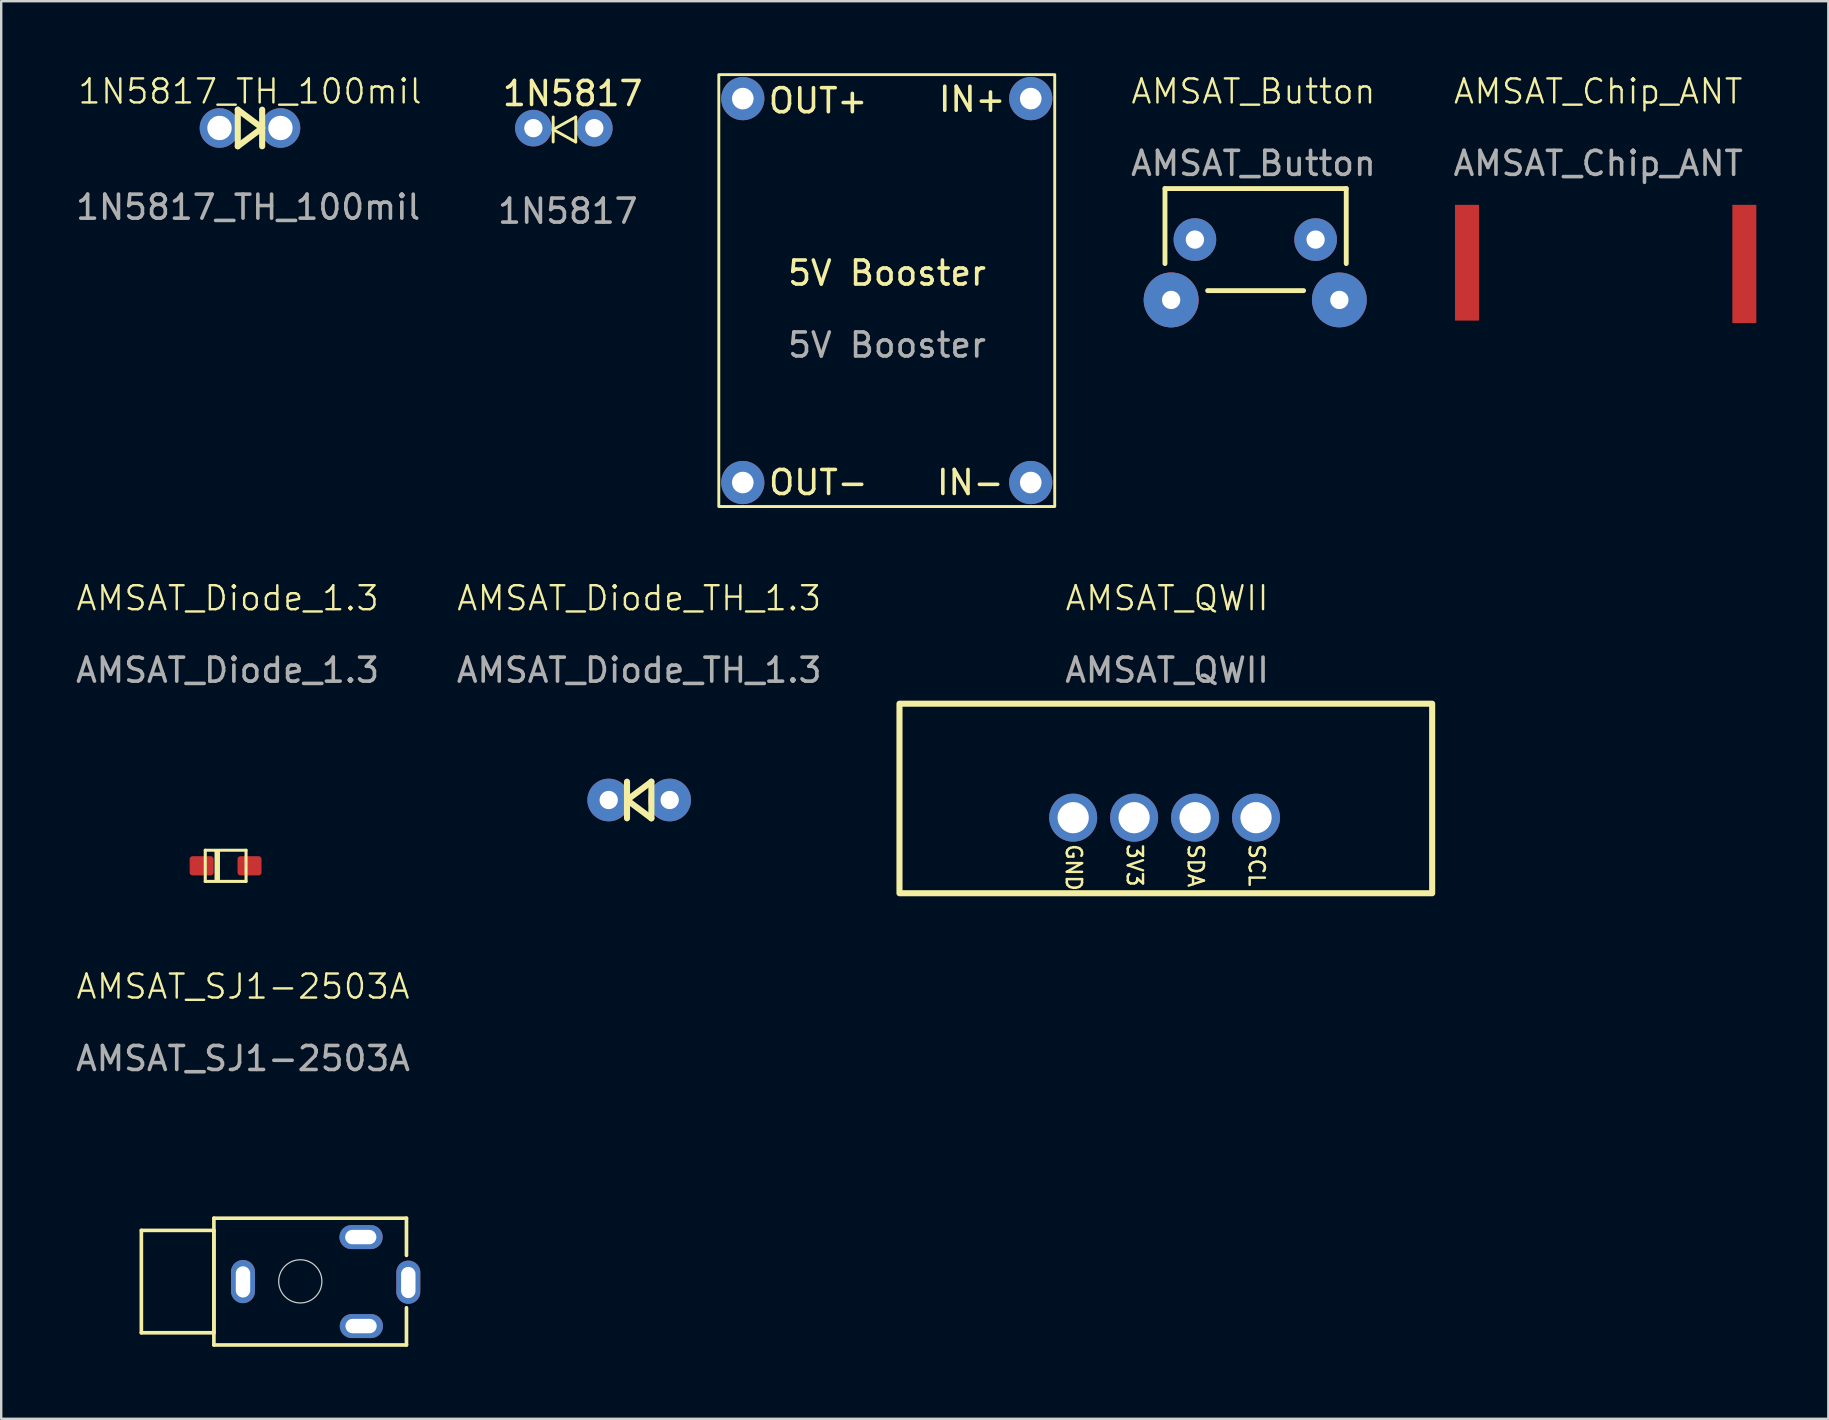
<source format=kicad_pcb>
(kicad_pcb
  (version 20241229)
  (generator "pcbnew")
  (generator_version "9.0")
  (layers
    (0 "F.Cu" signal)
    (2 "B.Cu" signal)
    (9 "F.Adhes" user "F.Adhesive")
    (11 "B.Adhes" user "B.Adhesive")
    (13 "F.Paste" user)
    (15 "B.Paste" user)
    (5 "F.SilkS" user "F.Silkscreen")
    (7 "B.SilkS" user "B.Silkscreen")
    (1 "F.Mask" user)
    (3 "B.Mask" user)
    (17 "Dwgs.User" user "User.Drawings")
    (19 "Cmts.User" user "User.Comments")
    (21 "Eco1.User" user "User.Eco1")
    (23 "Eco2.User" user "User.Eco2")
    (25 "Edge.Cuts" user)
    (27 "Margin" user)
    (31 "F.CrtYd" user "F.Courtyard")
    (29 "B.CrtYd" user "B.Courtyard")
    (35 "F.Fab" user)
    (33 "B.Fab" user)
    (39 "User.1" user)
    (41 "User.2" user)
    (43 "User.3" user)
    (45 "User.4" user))
  (footprint "AMSAT_Button"
    (layer "F.Cu")
    (at 49.264 9.45)
    (property "Reference" "AMSAT_Button" (at -0.076 -8.69 0) (unlocked yes) (layer "F.SilkS") (effects (font (size 1 1) (thickness 0.1))))
    (attr through_hole)
    (fp_circle (center -3.505 0) (end -2.362 0) (stroke (width 0) (type solid)) (fill yes) (layer "F.Cu"))
    (fp_circle (center -3.485 -0.014) (end -2.385 -0.014) (stroke (width 0) (type solid)) (fill yes) (layer "B.Cu"))
    (fp_line (start -3.762 -4.642) (end 3.792 -4.642) (stroke (width 0.203) (type solid)) (layer "F.SilkS"))
    (fp_line (start -3.762 -1.515) (end -3.762 -4.642) (stroke (width 0.203) (type solid)) (layer "F.SilkS"))
    (fp_line (start 2.015 -0.388) (end -1.985 -0.388) (stroke (width 0.203) (type solid)) (layer "F.SilkS"))
    (fp_line (start 3.792 -4.642) (end 3.792 -1.515) (stroke (width 0.203) (type solid)) (layer "F.SilkS"))
    (fp_text user "${REFERENCE}" (at -0.076 -5.69 0) (unlocked yes) (layer "F.Fab") (effects (font (size 1 1) (thickness 0.15))))
    (pad "1" thru_hole circle (at 2.515 -2.515) (size 1.778 1.778) (drill 0.762) (layers "*.Cu" "*.Mask"))
    (pad "2" thru_hole circle (at -2.515 -2.515) (size 1.778 1.778) (drill 0.762) (layers "*.Cu" "*.Mask"))
    (pad "3" thru_hole circle (at -3.505 0) (size 2.286 2.286) (drill 0.762) (layers "*.Cu" "*.Mask"))
    (pad "4" thru_hole circle (at 3.505 0) (size 2.286 2.286) (drill 0.762) (layers "*.Cu" "*.Mask")))
  (footprint "AMSAT_SJ1-2503A"
    (layer "F.Cu")
    (at 7.077 50.412)
    (property "Reference" "AMSAT_SJ1-2503A" (at 0 -12.347 0) (unlocked yes) (layer "F.SilkS") (effects (font (size 1 1) (thickness 0.1))))
    (attr through_hole)
    (fp_line (start -4.236 -2.184) (end -1.213 -2.184) (stroke (width 0.152) (type solid)) (layer "F.SilkS"))
    (fp_line (start -4.236 2.083) (end -4.236 -2.184) (stroke (width 0.152) (type solid)) (layer "F.SilkS"))
    (fp_line (start -1.213 -2.692) (end -1.213 2.591) (stroke (width 0.152) (type solid)) (layer "F.SilkS"))
    (fp_line (start -1.213 -2.184) (end -1.213 2.083) (stroke (width 0.152) (type solid)) (layer "F.SilkS"))
    (fp_line (start -1.213 2.083) (end -4.236 2.083) (stroke (width 0.152) (type solid)) (layer "F.SilkS"))
    (fp_line (start -1.213 2.591) (end 6.813 2.591) (stroke (width 0.152) (type solid)) (layer "F.SilkS"))
    (fp_line (start 6.813 -2.692) (end -1.213 -2.692) (stroke (width 0.152) (type solid)) (layer "F.SilkS"))
    (fp_line (start 6.813 -2.692) (end 6.813 -1.143) (stroke (width 0.152) (type solid)) (layer "F.SilkS"))
    (fp_line (start 6.813 2.591) (end 6.813 1.041) (stroke (width 0.152) (type solid)) (layer "F.SilkS"))
    (fp_circle (center 2.388 -0.06) (end 3.288 -0.06) (stroke (width 0.05) (type default)) (fill no) (layer "Edge.Cuts"))
    (fp_text user "${REFERENCE}" (at 0 -9.347 0) (unlocked yes) (layer "F.Fab") (effects (font (size 1 1) (thickness 0.15))))
    (pad "1" thru_hole oval (at 0 -0.038 180) (size 1 1.8) (drill oval 0.6 1.3 (offset 0 0.013)) (layers "*.Cu" "*.Mask"))
    (pad "2" thru_hole oval (at 4.921 1.803 90) (size 1 1.8) (drill oval 0.6 1.3 (offset 0 0.013)) (layers "*.Cu" "*.Mask"))
    (pad "3" thru_hole oval (at 4.908 -1.905 90) (size 1 1.8) (drill oval 0.6 1.3 (offset 0 0.013)) (layers "*.Cu" "*.Mask"))
    (pad "4" thru_hole oval (at 6.889 -0.013 180) (size 1 1.8) (drill oval 0.6 1.3 (offset 0 0.013)) (layers "*.Cu" "*.Mask")))
  (footprint "AMSAT_Chip_ANT"
    (layer "F.Cu")
    (at 63.582 7.748)
    (property "Reference" "AMSAT_Chip_ANT" (at -0.025 -6.988 0) (unlocked yes) (layer "F.SilkS") (effects (font (size 1 1) (thickness 0.1))))
    (attr smd)
    (fp_text user "${REFERENCE}" (at -0.025 -3.988 0) (unlocked yes) (layer "F.Fab") (effects (font (size 1 1) (thickness 0.15))))
    (pad "1" smd rect (at -5.494 0.151) (size 1 4.824) (layers "F.Cu" "F.Mask" "F.Paste"))
    (pad "2" smd rect (at 6.065 0.203) (size 1 4.927) (layers "F.Cu" "F.Mask" "F.Paste")))
  (footprint "1N5817"
    (layer "F.Cu")
    (at 20.614 2.347)
    (property "Reference" "1N5817" (at 0.203 -1.499 0) (unlocked yes) (layer "F.SilkS") (effects (font (size 1 1) (thickness 0.15))))
    (attr through_hole)
    (fp_line (start -0.61 0) (end 0.33 -0.521) (stroke (width 0.12) (type solid)) (layer "F.SilkS"))
    (fp_line (start -0.61 0) (end 0.33 0.521) (stroke (width 0.12) (type solid)) (layer "F.SilkS"))
    (fp_line (start -0.61 0.521) (end -0.61 -0.521) (stroke (width 0.12) (type solid)) (layer "F.SilkS"))
    (fp_line (start 0.33 0.521) (end 0.33 -0.521) (stroke (width 0.12) (type solid)) (layer "F.SilkS"))
    (fp_text user "${REFERENCE}" (at 0 3.404 0) (unlocked yes) (layer "F.Fab") (effects (font (size 1 1) (thickness 0.15))))
    (pad "1" thru_hole circle (at -1.435 -0.057) (size 1.524 1.524) (drill 0.762) (layers "*.Cu" "*.Mask"))
    (pad "2" thru_hole circle (at 1.105 -0.057) (size 1.524 1.524) (drill 0.762) (layers "*.Cu" "*.Mask")))
  (footprint "1N5817_TH_100mil"
    (layer "F.Cu")
    (at 7.292 2.284)
    (property "Reference" "1N5817_TH_100mil" (at 0.076 -1.524 0) (unlocked yes) (layer "F.SilkS") (effects (font (size 1 1) (thickness 0.1))))
    (attr smd)
    (fp_line (start -0.432 -0.762) (end -0.432 0.762) (stroke (width 0.254) (type solid)) (layer "F.SilkS"))
    (fp_line (start -0.432 0.762) (end 0.584 0) (stroke (width 0.254) (type solid)) (layer "F.SilkS"))
    (fp_line (start 0.584 0) (end -0.432 -0.762) (stroke (width 0.254) (type solid)) (layer "F.SilkS"))
    (fp_line (start 0.584 0) (end 0.584 -0.762) (stroke (width 0.254) (type solid)) (layer "F.SilkS"))
    (fp_line (start 0.584 0.762) (end 0.584 0) (stroke (width 0.254) (type solid)) (layer "F.SilkS"))
    (fp_text user "${REFERENCE}" (at 0 3.302 0) (unlocked yes) (layer "F.Fab") (effects (font (size 1 1) (thickness 0.15))))
    (pad "1" thru_hole circle (at 1.346 0 90) (size 1.651 1.651) (drill 1.016) (layers "*.Cu" "*.Mask"))
    (pad "2" thru_hole circle (at -1.194 0 90) (size 1.651 1.651) (drill 1.016) (layers "*.Cu" "*.Mask")))
  (footprint "5V Booster"
    (layer "F.Cu")
    (at 33.917 8.83)
    (property "Reference" "5V Booster" (at 0 -0.5 0) (unlocked yes) (layer "F.SilkS") (effects (font (size 1 1) (thickness 0.15))))
    (attr through_hole)
    (fp_rect (start -7.01 9.23) (end 6.99 -8.77) (stroke (width 0.12) (type solid)) (fill no) (layer "F.SilkS"))
    (fp_text user "OUT-" (at -5.01 8.23 0) (unlocked yes) (layer "F.SilkS") (effects (font (size 1 1) (thickness 0.15)) (justify left)))
    (fp_text user "OUT+" (at -5.02 -7.68 0) (unlocked yes) (layer "F.SilkS") (effects (font (size 1 1) (thickness 0.15)) (justify left)))
    (fp_text user "IN-" (at 1.99 8.23 0) (unlocked yes) (layer "F.SilkS") (effects (font (size 1 1) (thickness 0.15)) (justify left)))
    (fp_text user "IN+" (at 2.07 -7.74 0) (unlocked yes) (layer "F.SilkS") (effects (font (size 1 1) (thickness 0.15)) (justify left)))
    (fp_text user "${REFERENCE}" (at 0 2.5 0) (unlocked yes) (layer "F.Fab") (effects (font (size 1 1) (thickness 0.15))))
    (pad "1" thru_hole circle (at 5.99 -7.77) (size 1.8 1.8) (drill 0.9) (layers "*.Cu" "*.Mask"))
    (pad "2" thru_hole circle (at 5.99 8.23) (size 1.8 1.8) (drill 0.9) (layers "*.Cu" "*.Mask"))
    (pad "3" thru_hole circle (at -6.01 -7.77) (size 1.8 1.8) (drill 0.9) (layers "*.Cu" "*.Mask"))
    (pad "4" thru_hole circle (at -6.01 8.23) (size 1.8 1.8) (drill 0.9) (layers "*.Cu" "*.Mask")))
  (footprint "AMSAT_QWII"
    (layer "F.Cu")
    (at 45.486 31.027)
    (property "Reference" "AMSAT_QWII" (at 0.102 -9.147 0) (unlocked yes) (layer "F.SilkS") (effects (font (size 1 1) (thickness 0.1))))
    (attr through_hole)
    (fp_rect (start -11.049 -4.75) (end 11.151 3.15) (stroke (width 0.254) (type default)) (fill no) (layer "F.SilkS"))
    (fp_text user "SDA" (at 0.922 1.041 270) (unlocked yes) (layer "F.SilkS") (effects (font (size 0.635 0.635) (thickness 0.102) (bold yes)) (justify left bottom)))
    (fp_text user "3V3" (at -1.618 1.041 270) (unlocked yes) (layer "F.SilkS") (effects (font (size 0.635 0.635) (thickness 0.102) (bold yes)) (justify left bottom)))
    (fp_text user "GND" (at -4.158 1.041 270) (unlocked yes) (layer "F.SilkS") (effects (font (size 0.635 0.635) (thickness 0.102) (bold yes)) (justify left bottom)))
    (fp_text user "SCL" (at 3.462 1.041 270) (unlocked yes) (layer "F.SilkS") (effects (font (size 0.635 0.635) (thickness 0.102) (bold yes)) (justify left bottom)))
    (fp_text user "${REFERENCE}" (at 0.102 -6.147 0) (unlocked yes) (layer "F.Fab") (effects (font (size 1 1) (thickness 0.15))))
    (pad "1" thru_hole circle (at -3.81 0) (size 2 2) (drill 1.3) (layers "*.Cu" "*.Mask"))
    (pad "2" thru_hole circle (at -1.27 0) (size 2 2) (drill 1.3) (layers "*.Cu" "*.Mask"))
    (pad "3" thru_hole circle (at 1.27 0) (size 2 2) (drill 1.3) (layers "*.Cu" "*.Mask"))
    (pad "4" thru_hole circle (at 3.81 0) (size 2 2) (drill 1.3) (layers "*.Cu" "*.Mask")))
  (footprint "AMSAT_Diode_1.3"
    (layer "F.Cu")
    (at 6.435 33.034)
    (property "Reference" "AMSAT_Diode_1.3" (at 0 -11.153 0) (unlocked yes) (layer "F.SilkS") (effects (font (size 1 1) (thickness 0.1))))
    (attr smd)
    (fp_line (start -0.931 -0.65) (end 0.769 -0.65) (stroke (width 0.127) (type solid)) (layer "F.SilkS"))
    (fp_line (start -0.931 0.65) (end -0.931 -0.65) (stroke (width 0.127) (type solid)) (layer "F.SilkS"))
    (fp_line (start -0.481 -0.6) (end -0.381 -0.6) (stroke (width 0.127) (type solid)) (layer "F.SilkS"))
    (fp_line (start -0.481 0.6) (end -0.481 -0.6) (stroke (width 0.127) (type solid)) (layer "F.SilkS"))
    (fp_line (start -0.381 -0.6) (end -0.381 0.6) (stroke (width 0.127) (type solid)) (layer "F.SilkS"))
    (fp_line (start 0.769 -0.65) (end 0.769 0.65) (stroke (width 0.127) (type solid)) (layer "F.SilkS"))
    (fp_line (start 0.769 0.65) (end -0.931 0.65) (stroke (width 0.127) (type solid)) (layer "F.SilkS"))
    (fp_text user "${REFERENCE}" (at 0 -8.153 0) (unlocked yes) (layer "F.Fab") (effects (font (size 1 1) (thickness 0.15))))
    (pad "1" smd roundrect (at -1.081 -0.000124) (size 1 0.8) (layers "F.Cu" "F.Mask" "F.Paste") (roundrect_rratio 0.15))
    (pad "2" smd roundrect (at 0.914 0) (size 1 0.8) (layers "F.Cu" "F.Mask" "F.Paste") (roundrect_rratio 0.15)))
  (footprint "AMSAT_Diode_TH_1.3"
    (layer "F.Cu")
    (at 23.64 30.291)
    (property "Reference" "AMSAT_Diode_TH_1.3" (at -0.051 -8.41 0) (unlocked yes) (layer "F.SilkS") (effects (font (size 1 1) (thickness 0.1))))
    (attr through_hole)
    (fp_line (start -0.559 0) (end -0.559 -0.762) (stroke (width 0.254) (type solid)) (layer "F.SilkS"))
    (fp_line (start -0.559 0) (end -0.559 0.762) (stroke (width 0.254) (type solid)) (layer "F.SilkS"))
    (fp_line (start -0.559 0) (end 0.457 0.762) (stroke (width 0.254) (type solid)) (layer "F.SilkS"))
    (fp_line (start 0.457 -0.762) (end -0.559 0) (stroke (width 0.254) (type solid)) (layer "F.SilkS"))
    (fp_line (start 0.457 0.762) (end 0.457 -0.762) (stroke (width 0.254) (type solid)) (layer "F.SilkS"))
    (fp_text user "${REFERENCE}" (at -0.051 -5.41 0) (unlocked yes) (layer "F.Fab") (effects (font (size 1 1) (thickness 0.15))))
    (pad "1" thru_hole circle (at -1.321 0) (size 1.778 1.778) (drill 0.762) (layers "*.Cu" "*.Mask"))
    (pad "2" thru_hole circle (at 1.219 0) (size 1.778 1.778) (drill 0.762) (layers "*.Cu" "*.Mask")))
  (gr_rect
    (start -3 -3)
    (end 73.147 56.079)
    (stroke (width 0.1) (type default))
    (fill no)
    (layer "Edge.Cuts")))
</source>
